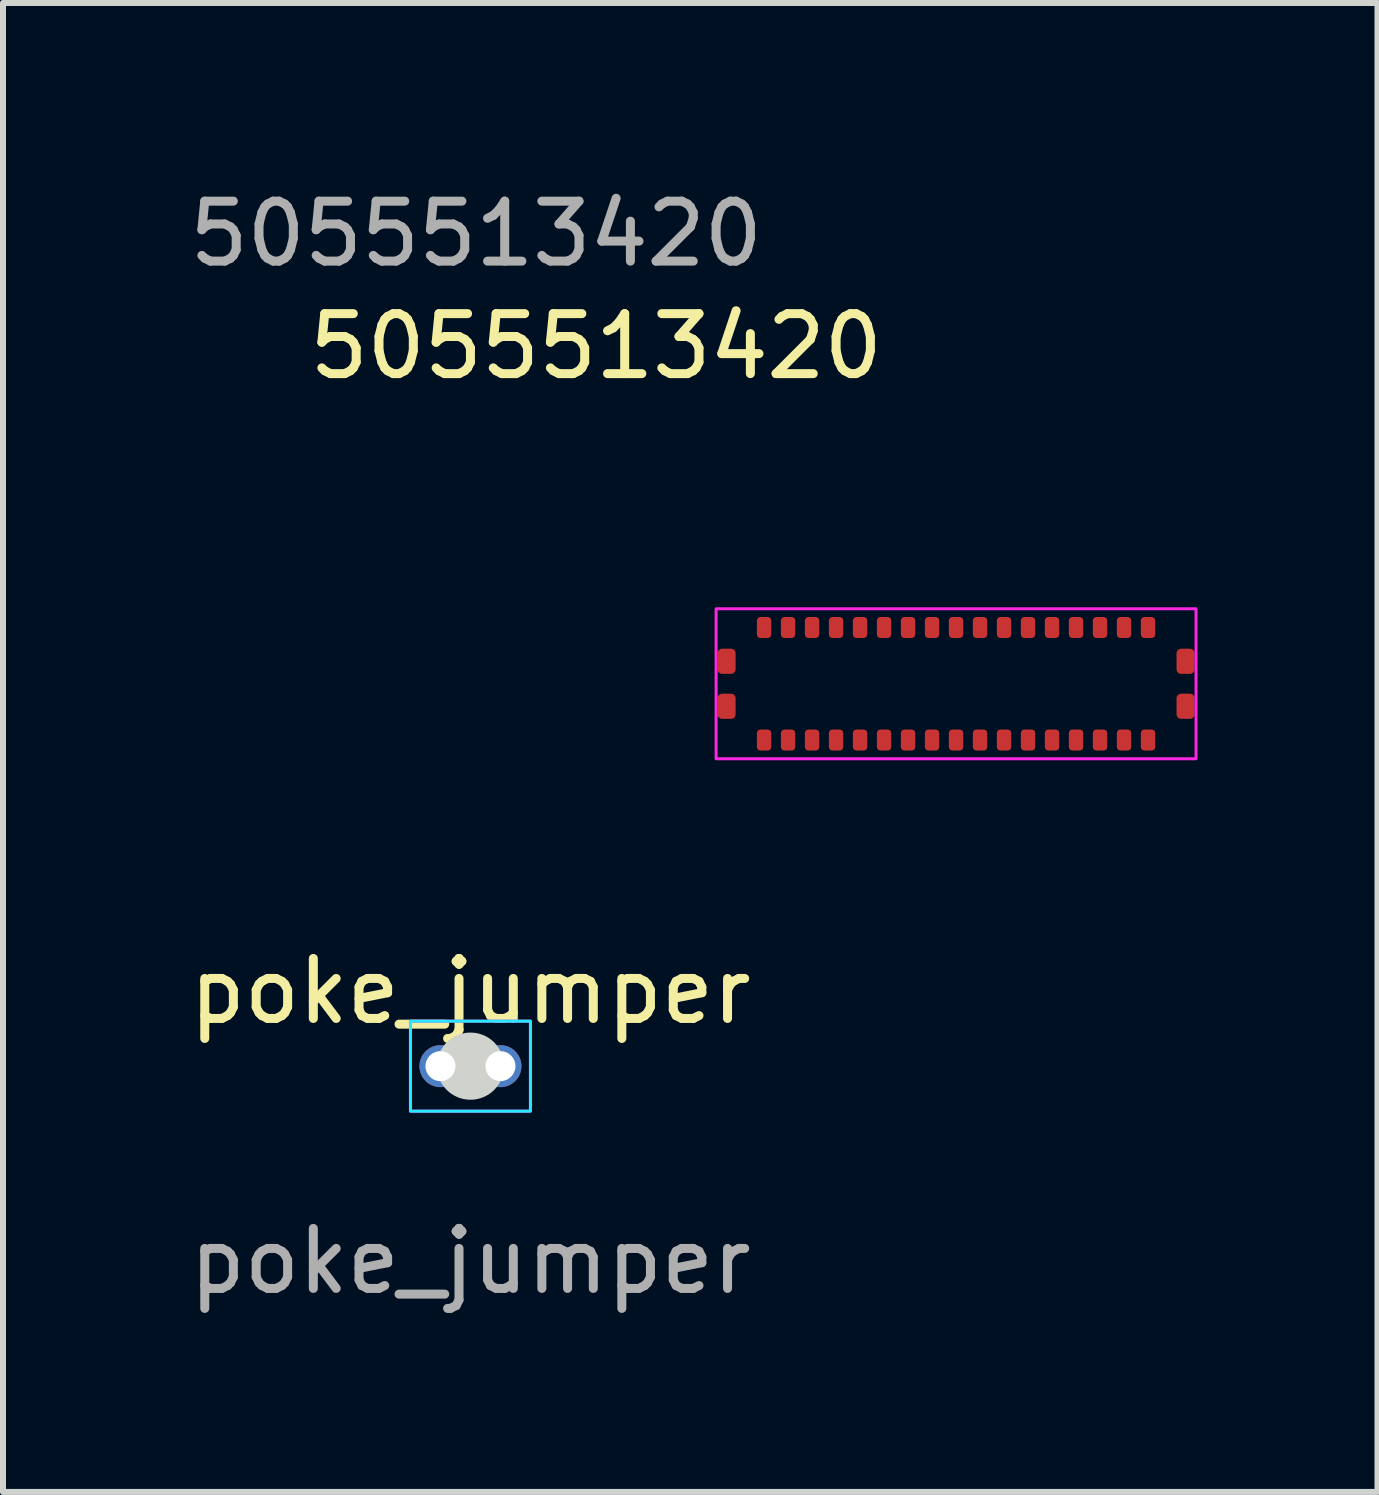
<source format=kicad_pcb>
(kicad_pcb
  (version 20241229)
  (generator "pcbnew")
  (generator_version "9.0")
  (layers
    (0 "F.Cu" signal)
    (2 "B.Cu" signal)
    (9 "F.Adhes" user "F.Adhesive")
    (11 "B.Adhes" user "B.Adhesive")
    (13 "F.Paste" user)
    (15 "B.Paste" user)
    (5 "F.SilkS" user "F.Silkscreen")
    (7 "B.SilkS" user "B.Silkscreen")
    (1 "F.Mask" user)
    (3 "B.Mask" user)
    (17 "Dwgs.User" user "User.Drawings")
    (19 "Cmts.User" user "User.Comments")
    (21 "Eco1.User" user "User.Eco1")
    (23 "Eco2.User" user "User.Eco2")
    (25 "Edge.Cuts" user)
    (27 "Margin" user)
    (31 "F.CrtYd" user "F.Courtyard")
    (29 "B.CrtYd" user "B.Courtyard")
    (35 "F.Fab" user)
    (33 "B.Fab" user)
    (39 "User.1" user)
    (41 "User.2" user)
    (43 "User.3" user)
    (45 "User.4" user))
  (footprint "poke_jumper"
    (layer "F.Cu")
    (at 4.792 14.722)
    (property "Reference" "poke_jumper" (at 0 -1.25 0) (unlocked yes) (layer "F.SilkS") (effects (font (size 1 1) (thickness 0.15))))
    (attr through_hole)
    (fp_circle (center 0 0) (end 0.5 0) (stroke (width 0.12) (type solid)) (fill yes) (layer "Edge.Cuts"))
    (fp_rect (start -1 -0.75) (end 1 0.75) (stroke (width 0.05) (type default)) (fill no) (layer "B.CrtYd"))
    (fp_rect (start -1 -0.75) (end 1 0.75) (stroke (width 0.05) (type default)) (fill no) (layer "F.CrtYd"))
    (fp_text user "${REFERENCE}" (at 0 3.25 0) (unlocked yes) (layer "F.Fab") (effects (font (size 1 1) (thickness 0.15))))
    (pad "1" thru_hole circle (at 0.5 0) (size 0.7 0.7) (drill 0.5) (layers "*.Cu" "*.Mask"))
    (pad "2" thru_hole circle (at -0.5 0) (size 0.7 0.7) (drill 0.5) (layers "*.Cu" "*.Mask")))
  (footprint "5055513420"
    (layer "F.Cu")
    (at 12.887 8.348)
    (property "Reference" "5055513420" (at -6 -5.625 0) (unlocked yes) (layer "F.SilkS") (effects (font (size 1 1) (thickness 0.15))))
    (attr smd)
    (fp_poly (pts (xy 4 1.25) (xy -4 1.25) (xy -4 -1.25) (xy 4 -1.25)) (stroke (width 0.05) (type solid)) (fill no) (layer "F.CrtYd"))
    (fp_text user "${REFERENCE}" (at -8 -7.5 0) (unlocked yes) (layer "F.Fab") (effects (font (size 1 1) (thickness 0.15))))
    (pad "1" smd roundrect (at -3.2 0.938) (size 0.24 0.35) (layers "F.Cu" "F.Mask" "F.Paste") (roundrect_rratio 0.25))
    (pad "2" smd roundrect (at -3.2 -0.938) (size 0.24 0.35) (layers "F.Cu" "F.Mask" "F.Paste") (roundrect_rratio 0.25))
    (pad "3" smd roundrect (at -2.8 0.938) (size 0.24 0.35) (layers "F.Cu" "F.Mask" "F.Paste") (roundrect_rratio 0.25))
    (pad "4" smd roundrect (at -2.8 -0.938) (size 0.24 0.35) (layers "F.Cu" "F.Mask" "F.Paste") (roundrect_rratio 0.25))
    (pad "5" smd roundrect (at -2.4 0.938) (size 0.24 0.35) (layers "F.Cu" "F.Mask" "F.Paste") (roundrect_rratio 0.25))
    (pad "6" smd roundrect (at -2.4 -0.938) (size 0.24 0.35) (layers "F.Cu" "F.Mask" "F.Paste") (roundrect_rratio 0.25))
    (pad "7" smd roundrect (at -2 0.938) (size 0.24 0.35) (layers "F.Cu" "F.Mask" "F.Paste") (roundrect_rratio 0.25))
    (pad "8" smd roundrect (at -2 -0.938) (size 0.24 0.35) (layers "F.Cu" "F.Mask" "F.Paste") (roundrect_rratio 0.25))
    (pad "9" smd roundrect (at -1.6 0.938) (size 0.24 0.35) (layers "F.Cu" "F.Mask" "F.Paste") (roundrect_rratio 0.25))
    (pad "10" smd roundrect (at -1.6 -0.938) (size 0.24 0.35) (layers "F.Cu" "F.Mask" "F.Paste") (roundrect_rratio 0.25))
    (pad "11" smd roundrect (at -1.2 0.938) (size 0.24 0.35) (layers "F.Cu" "F.Mask" "F.Paste") (roundrect_rratio 0.25))
    (pad "12" smd roundrect (at -1.2 -0.938) (size 0.24 0.35) (layers "F.Cu" "F.Mask" "F.Paste") (roundrect_rratio 0.25))
    (pad "13" smd roundrect (at -0.8 0.938) (size 0.24 0.35) (layers "F.Cu" "F.Mask" "F.Paste") (roundrect_rratio 0.25))
    (pad "14" smd roundrect (at -0.8 -0.938) (size 0.24 0.35) (layers "F.Cu" "F.Mask" "F.Paste") (roundrect_rratio 0.25))
    (pad "15" smd roundrect (at -0.4 0.938) (size 0.24 0.35) (layers "F.Cu" "F.Mask" "F.Paste") (roundrect_rratio 0.25))
    (pad "16" smd roundrect (at -0.4 -0.938) (size 0.24 0.35) (layers "F.Cu" "F.Mask" "F.Paste") (roundrect_rratio 0.25))
    (pad "17" smd roundrect (at 0 0.938) (size 0.24 0.35) (layers "F.Cu" "F.Mask" "F.Paste") (roundrect_rratio 0.25))
    (pad "18" smd roundrect (at 0 -0.938) (size 0.24 0.35) (layers "F.Cu" "F.Mask" "F.Paste") (roundrect_rratio 0.25))
    (pad "19" smd roundrect (at 0.4 0.938) (size 0.24 0.35) (layers "F.Cu" "F.Mask" "F.Paste") (roundrect_rratio 0.25))
    (pad "20" smd roundrect (at 0.4 -0.938) (size 0.24 0.35) (layers "F.Cu" "F.Mask" "F.Paste") (roundrect_rratio 0.25))
    (pad "21" smd roundrect (at 0.8 0.938) (size 0.24 0.35) (layers "F.Cu" "F.Mask" "F.Paste") (roundrect_rratio 0.25))
    (pad "22" smd roundrect (at 0.8 -0.938) (size 0.24 0.35) (layers "F.Cu" "F.Mask" "F.Paste") (roundrect_rratio 0.25))
    (pad "23" smd roundrect (at 1.2 0.938) (size 0.24 0.35) (layers "F.Cu" "F.Mask" "F.Paste") (roundrect_rratio 0.25))
    (pad "24" smd roundrect (at 1.2 -0.938) (size 0.24 0.35) (layers "F.Cu" "F.Mask" "F.Paste") (roundrect_rratio 0.25))
    (pad "25" smd roundrect (at 1.6 0.938) (size 0.24 0.35) (layers "F.Cu" "F.Mask" "F.Paste") (roundrect_rratio 0.25))
    (pad "26" smd roundrect (at 1.6 -0.938) (size 0.24 0.35) (layers "F.Cu" "F.Mask" "F.Paste") (roundrect_rratio 0.25))
    (pad "27" smd roundrect (at 2 0.938) (size 0.24 0.35) (layers "F.Cu" "F.Mask" "F.Paste") (roundrect_rratio 0.25))
    (pad "28" smd roundrect (at 2 -0.938) (size 0.24 0.35) (layers "F.Cu" "F.Mask" "F.Paste") (roundrect_rratio 0.25))
    (pad "29" smd roundrect (at 2.4 0.938) (size 0.24 0.35) (layers "F.Cu" "F.Mask" "F.Paste") (roundrect_rratio 0.25))
    (pad "30" smd roundrect (at 2.4 -0.938) (size 0.24 0.35) (layers "F.Cu" "F.Mask" "F.Paste") (roundrect_rratio 0.25))
    (pad "31" smd roundrect (at 2.8 0.938) (size 0.24 0.35) (layers "F.Cu" "F.Mask" "F.Paste") (roundrect_rratio 0.25))
    (pad "32" smd roundrect (at 2.8 -0.938) (size 0.24 0.35) (layers "F.Cu" "F.Mask" "F.Paste") (roundrect_rratio 0.25))
    (pad "33" smd roundrect (at 3.2 0.938) (size 0.24 0.35) (layers "F.Cu" "F.Mask" "F.Paste") (roundrect_rratio 0.25))
    (pad "34" smd roundrect (at 3.2 -0.938) (size 0.24 0.35) (layers "F.Cu" "F.Mask" "F.Paste") (roundrect_rratio 0.25))
    (pad "GND" smd roundrect (at -3.825 -0.375) (size 0.3 0.42) (layers "F.Cu" "F.Mask" "F.Paste") (roundrect_rratio 0.25))
    (pad "GND" smd roundrect (at -3.825 0.375) (size 0.3 0.42) (layers "F.Cu" "F.Mask" "F.Paste") (roundrect_rratio 0.25))
    (pad "GND" smd roundrect (at 3.825 -0.375) (size 0.3 0.42) (layers "F.Cu" "F.Mask" "F.Paste") (roundrect_rratio 0.25))
    (pad "GND" smd roundrect (at 3.825 0.375) (size 0.3 0.42) (layers "F.Cu" "F.Mask" "F.Paste") (roundrect_rratio 0.25)))
  (gr_rect
    (start -3 -3)
    (end 19.912 21.82)
    (stroke (width 0.1) (type default))
    (fill no)
    (layer "Edge.Cuts")))
</source>
